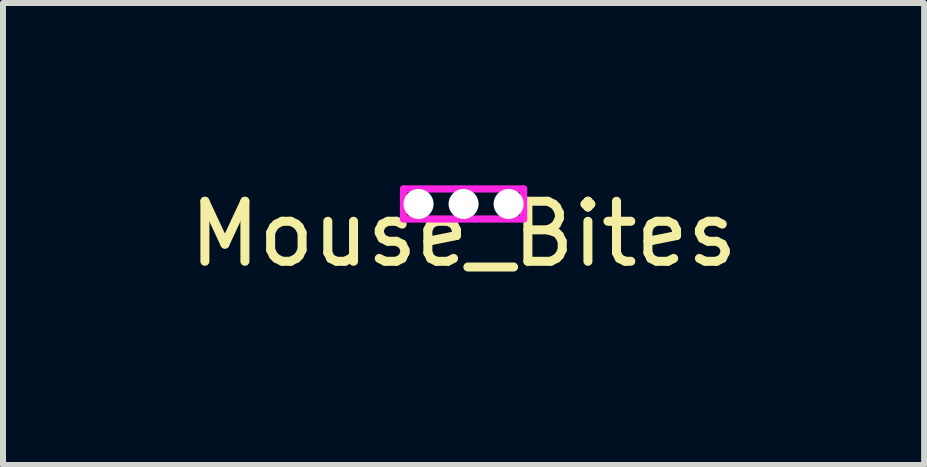
<source format=kicad_pcb>
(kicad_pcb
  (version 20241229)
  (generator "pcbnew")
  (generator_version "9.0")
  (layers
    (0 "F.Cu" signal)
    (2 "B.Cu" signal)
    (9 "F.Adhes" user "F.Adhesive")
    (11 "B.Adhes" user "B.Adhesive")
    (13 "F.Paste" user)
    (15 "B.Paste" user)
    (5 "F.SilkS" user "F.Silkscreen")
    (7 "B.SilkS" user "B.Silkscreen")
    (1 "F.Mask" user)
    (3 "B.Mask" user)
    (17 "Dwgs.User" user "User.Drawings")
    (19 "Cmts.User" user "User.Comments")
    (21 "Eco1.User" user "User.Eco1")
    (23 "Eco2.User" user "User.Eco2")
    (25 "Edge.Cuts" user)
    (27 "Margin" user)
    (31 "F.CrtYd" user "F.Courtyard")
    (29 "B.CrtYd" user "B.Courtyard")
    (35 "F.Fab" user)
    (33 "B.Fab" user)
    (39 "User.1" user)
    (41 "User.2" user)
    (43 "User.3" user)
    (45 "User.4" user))
  (footprint "Mouse_Bites"
    (layer "F.Cu")
    (at 4.673 0.348)
    (property "Reference" "Mouse_Bites" (at 0 0.5 0) (layer "F.SilkS") (effects (font (size 1 1) (thickness 0.15))))
    (attr through_hole)
    (fp_line (start -1 -0.25) (end 1 -0.25) (stroke (width 0.12) (type solid)) (layer "F.CrtYd"))
    (fp_line (start -1 0.25) (end -1 -0.25) (stroke (width 0.12) (type solid)) (layer "F.CrtYd"))
    (fp_line (start 1 -0.25) (end 1 0.25) (stroke (width 0.12) (type solid)) (layer "F.CrtYd"))
    (fp_line (start 1 0.25) (end -1 0.25) (stroke (width 0.12) (type solid)) (layer "F.CrtYd"))
    (pad "" np_thru_hole circle (at -0.75 0) (size 0.5 0.5) (drill 0.5) (layers "*.Cu" "*.Mask"))
    (pad "" np_thru_hole circle (at 0 0) (size 0.5 0.5) (drill 0.5) (layers "*.Cu" "*.Mask"))
    (pad "" np_thru_hole circle (at 0.75 0) (size 0.5 0.5) (drill 0.5) (layers "*.Cu" "*.Mask")))
  (gr_rect
    (start -3 -3)
    (end 12.345 4.697)
    (stroke (width 0.1) (type default))
    (fill no)
    (layer "Edge.Cuts")))
</source>
